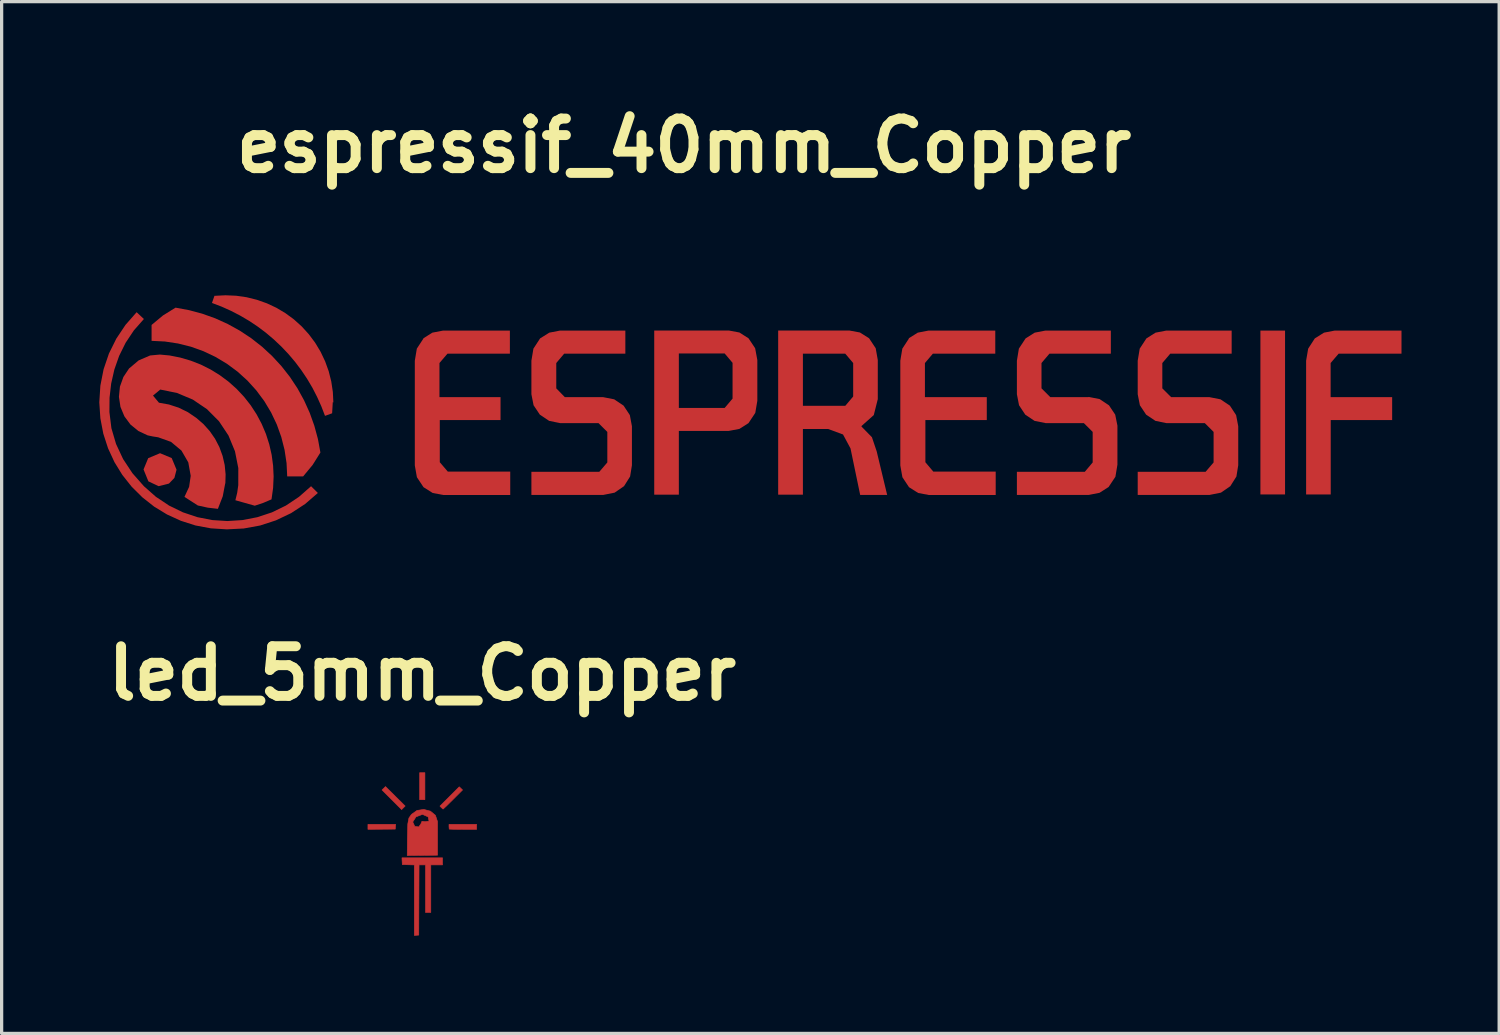
<source format=kicad_pcb>
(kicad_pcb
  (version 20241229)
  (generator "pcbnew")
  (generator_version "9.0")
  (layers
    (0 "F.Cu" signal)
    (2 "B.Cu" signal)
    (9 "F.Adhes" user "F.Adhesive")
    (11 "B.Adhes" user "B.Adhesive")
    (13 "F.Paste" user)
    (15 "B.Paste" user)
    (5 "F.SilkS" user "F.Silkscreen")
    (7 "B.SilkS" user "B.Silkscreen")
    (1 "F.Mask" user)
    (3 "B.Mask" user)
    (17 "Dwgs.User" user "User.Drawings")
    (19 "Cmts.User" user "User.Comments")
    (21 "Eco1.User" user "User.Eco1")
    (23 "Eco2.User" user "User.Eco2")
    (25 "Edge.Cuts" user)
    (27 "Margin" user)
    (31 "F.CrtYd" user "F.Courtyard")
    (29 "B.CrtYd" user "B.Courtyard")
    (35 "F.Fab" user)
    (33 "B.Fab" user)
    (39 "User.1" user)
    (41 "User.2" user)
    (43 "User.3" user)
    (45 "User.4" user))
  (footprint "led_5mm_Copper"
    (layer "F.Cu")
    (at 9.921 23.184)
    (property "Reference" "led_5mm_Copper" (at 0 -5.548 0) (layer "F.SilkS") (effects (font (size 1.524 1.524) (thickness 0.305))))
    (attr exclude_from_pos_files exclude_from_bom)
    (fp_poly (pts (xy -1.669 -0.836) (xy -1.669 -0.912) (xy -1.244 -0.912) (xy -0.819 -0.912) (xy -0.824 -0.839) (xy -0.83 -0.766) (xy -1.249 -0.763) (xy -1.669 -0.759) (xy -1.669 -0.836)) (stroke (width 0.018) (type solid)) (fill yes) (layer "F.Cu"))
    (fp_poly (pts (xy -0.936 -1.668) (xy -1.237 -1.969) (xy -1.183 -2.021) (xy -1.129 -2.073) (xy -0.828 -1.774) (xy -0.526 -1.475) (xy -0.581 -1.42) (xy -0.635 -1.366) (xy -0.936 -1.668)) (stroke (width 0.018) (type solid)) (fill yes) (layer "F.Cu"))
    (fp_poly (pts (xy -0.081 -2.085) (xy -0.081 -2.5) (xy 0.000001 -2.5) (xy 0.081 -2.5) (xy 0.081 -2.085) (xy 0.081 -1.67) (xy 0.000001 -1.67) (xy -0.081 -1.67) (xy -0.081 -2.085)) (stroke (width 0.018) (type solid)) (fill yes) (layer "F.Cu"))
    (fp_poly (pts (xy 0.586 -1.427) (xy 0.543 -1.473) (xy 0.839 -1.769) (xy 1.136 -2.066) (xy 1.186 -2.018) (xy 1.237 -1.969) (xy 0.943 -1.675) (xy 0.733 -1.468) (xy 0.639 -1.381) (xy 0.586 -1.427)) (stroke (width 0.018) (type solid)) (fill yes) (layer "F.Cu"))
    (fp_poly (pts (xy 0.828 -0.766) (xy 0.821 -0.843) (xy 0.821 -0.912) (xy 1.245 -0.912) (xy 1.669 -0.912) (xy 1.669 -0.836) (xy 1.669 -0.759) (xy 1.252 -0.759) (xy 0.956 -0.761) (xy 0.828 -0.766) (xy 0.828 -0.766)) (stroke (width 0.018) (type solid)) (fill yes) (layer "F.Cu"))
    (fp_poly (pts (xy -0.244 1.417) (xy -0.244 0.334) (xy -0.429 0.329) (xy -0.613 0.324) (xy -0.619 0.22) (xy -0.624 0.116) (xy -0.001 0.116) (xy 0.622 0.116) (xy 0.622 0.224) (xy 0.622 0.333) (xy 0.442 0.333) (xy 0.262 0.333) (xy 0.262 1.063) (xy 0.262 1.794) (xy 0.18 1.794) (xy 0.099 1.794) (xy 0.099 1.063) (xy 0.099 0.333) (xy 0.000136 0.333) (xy -0.099 0.333) (xy -0.104 1.411) (xy -0.108 2.489) (xy -0.176 2.494) (xy -0.244 2.5) (xy -0.244 1.417)) (stroke (width 0.018) (type solid)) (fill yes) (layer "F.Cu"))
    (fp_poly (pts (xy -0.457 -0.501) (xy -0.108 -0.834) (xy -0.043 -0.926) (xy -0.009 -1.007) (xy 0.087 -0.995) (xy 0.208 -1.012) (xy 0.179 -1.143) (xy 0.006 -1.219) (xy -0.192 -1.143) (xy -0.293 -0.986) (xy -0.23 -0.85) (xy -0.108 -0.834) (xy -0.457 -0.501) (xy -0.445 -0.925) (xy -0.41 -1.107) (xy -0.332 -1.218) (xy -0.161 -1.34) (xy 0.046 -1.371) (xy 0.249 -1.318) (xy 0.404 -1.19) (xy 0.469 -0.996) (xy 0.469 -0.481) (xy 0.469 0.035) (xy 0.004 0.04) (xy -0.462 0.045) (xy -0.457 -0.501)) (stroke (width 0.018) (type solid)) (fill yes) (layer "F.Cu")))
  (footprint "espressif_40mm_Copper"
    (layer "F.Cu")
    (at 17.961 10.872)
    (property "Reference" "espressif_40mm_Copper" (at 0 -9.446 0) (layer "F.SilkS") (effects (font (size 1.524 1.524) (thickness 0.305))))
    (attr exclude_from_pos_files exclude_from_bom)
    (fp_poly (pts (xy 17.705 -3.767) (xy 18.462 -3.767) (xy 18.462 1.266) (xy 17.705 1.266) (xy 17.705 -3.767)) (stroke (width 0) (type solid)) (fill yes) (layer "F.Cu"))
    (fp_poly (pts (xy -15.588 0.506) (xy -15.654 0.758) (xy -15.821 0.932) (xy -16.138 1.012) (xy -16.453 0.864) (xy -16.602 0.498) (xy -16.459 0.152) (xy -16.095 -0.001) (xy -15.737 0.148) (xy -15.588 0.506)) (stroke (width 0) (type solid)) (fill yes) (layer "F.Cu"))
    (fp_poly (pts (xy 20.122 -3.058) (xy 22.039 -3.058) (xy 22.039 -3.767) (xy 19.985 -3.767) (xy 19.658 -3.704) (xy 19.376 -3.527) (xy 19.172 -3.212) (xy 19.109 -2.842) (xy 19.109 1.266) (xy 19.865 1.266) (xy 19.865 -1.018) (xy 21.752 -1.018) (xy 21.752 -1.723) (xy 19.862 -1.723) (xy 19.862 -2.771) (xy 20.108 -3.058) (xy 20.122 -3.058)) (stroke (width 0) (type solid)) (fill yes) (layer "F.Cu"))
    (fp_poly (pts (xy -8.002 -3.527) (xy -8.207 -3.213) (xy -8.269 -2.842) (xy -8.269 0.376) (xy -8.205 0.737) (xy -8.002 1.043) (xy -7.72 1.221) (xy -7.392 1.283) (xy -5.338 1.283) (xy -5.338 0.564) (xy -7.256 0.564) (xy -7.502 0.276) (xy -7.502 -1.018) (xy -5.636 -1.018) (xy -5.636 -1.723) (xy -7.512 -1.723) (xy -7.512 -2.771) (xy -7.266 -3.058) (xy -5.349 -3.058) (xy -5.349 -3.767) (xy -7.403 -3.767) (xy -7.73 -3.704) (xy -8.012 -3.527) (xy -8.002 -3.527)) (stroke (width 0) (type solid)) (fill yes) (layer "F.Cu"))
    (fp_poly (pts (xy 1.375 -3.77) (xy 1.248 -3.065) (xy 1.491 -2.777) (xy 1.491 -1.678) (xy 1.248 -1.391) (xy 1.248 -1.391) (xy -0.159 -1.391) (xy -0.159 -3.065) (xy 1.248 -3.065) (xy 1.248 -3.065) (xy 1.375 -3.77) (xy -0.915 -3.77) (xy -0.915 1.273) (xy -0.159 1.273) (xy -0.159 -0.686) (xy 1.375 -0.686) (xy 1.701 -0.747) (xy 1.981 -0.925) (xy 2.189 -1.239) (xy 2.252 -1.61) (xy 2.252 -2.863) (xy 2.185 -3.225) (xy 1.981 -3.531) (xy 1.701 -3.709) (xy 1.375 -3.77)) (stroke (width 0) (type solid)) (fill yes) (layer "F.Cu"))
    (fp_poly (pts (xy 6.911 -3.527) (xy 6.706 -3.213) (xy 6.644 -2.842) (xy 6.644 0.376) (xy 6.708 0.737) (xy 6.911 1.043) (xy 7.193 1.221) (xy 7.52 1.283) (xy 9.574 1.283) (xy 9.574 0.564) (xy 7.657 0.564) (xy 7.414 0.276) (xy 7.414 -1.018) (xy 9.3 -1.018) (xy 9.3 -1.723) (xy 7.4 -1.723) (xy 7.4 -2.771) (xy 7.644 -3.058) (xy 7.643 -3.058) (xy 9.561 -3.058) (xy 9.561 -3.767) (xy 7.507 -3.767) (xy 7.18 -3.704) (xy 6.897 -3.527) (xy 6.911 -3.527)) (stroke (width 0) (type solid)) (fill yes) (layer "F.Cu"))
    (fp_poly (pts (xy 5.452 -0.836) (xy 4.953 -1.456) (xy 3.652 -1.456) (xy 3.652 -3.058) (xy 4.953 -3.058) (xy 4.953 -3.058) (xy 5.196 -2.771) (xy 5.196 -1.743) (xy 4.953 -1.456) (xy 4.953 -1.456) (xy 5.452 -0.836) (xy 5.829 -1.172) (xy 5.952 -1.661) (xy 5.952 -2.863) (xy 5.888 -3.225) (xy 5.685 -3.531) (xy 5.403 -3.709) (xy 5.076 -3.77) (xy 2.892 -3.77) (xy 2.892 1.273) (xy 3.652 1.273) (xy 3.652 -0.744) (xy 4.429 -0.744) (xy 4.884 -0.576) (xy 5.114 -0.148) (xy 5.411 1.28) (xy 6.24 1.28) (xy 5.918 -0.059) (xy 5.772 -0.492) (xy 5.452 -0.819) (xy 5.452 -0.836)) (stroke (width 0) (type solid)) (fill yes) (layer "F.Cu"))
    (fp_poly (pts (xy -2.487 -1.723) (xy -3.661 -1.723) (xy -3.661 -1.723) (xy -3.924 -1.993) (xy -3.924 -2.771) (xy -3.681 -3.058) (xy -1.802 -3.058) (xy -1.802 -3.767) (xy -3.811 -3.767) (xy -4.138 -3.704) (xy -4.421 -3.527) (xy -4.626 -3.213) (xy -4.688 -2.842) (xy -4.688 -1.812) (xy -4.621 -1.473) (xy -4.429 -1.186) (xy -4.143 -0.994) (xy -3.805 -0.925) (xy -2.627 -0.925) (xy -2.356 -0.655) (xy -2.356 0.283) (xy -2.603 0.571) (xy -4.688 0.571) (xy -4.688 1.28) (xy -2.476 1.28) (xy -2.132 1.211) (xy -1.843 1.012) (xy -1.656 0.715) (xy -1.6 0.369) (xy -1.6 -0.829) (xy -1.664 -1.171) (xy -1.856 -1.462) (xy -2.145 -1.656) (xy -2.487 -1.723)) (stroke (width 0) (type solid)) (fill yes) (layer "F.Cu"))
    (fp_poly (pts (xy -10.771 -1.559) (xy -10.787 -1.883) (xy -10.835 -2.203) (xy -10.914 -2.518) (xy -11.024 -2.823) (xy -11.163 -3.116) (xy -11.33 -3.394) (xy -11.524 -3.654) (xy -11.742 -3.894) (xy -11.983 -4.111) (xy -12.244 -4.303) (xy -12.523 -4.469) (xy -12.816 -4.606) (xy -13.122 -4.714) (xy -13.437 -4.792) (xy -13.758 -4.838) (xy -14.082 -4.852) (xy -14.424 -4.835) (xy -14.5 -4.616) (xy -14.203 -4.503) (xy -13.914 -4.373) (xy -13.632 -4.227) (xy -13.359 -4.066) (xy -13.095 -3.89) (xy -12.842 -3.7) (xy -12.6 -3.495) (xy -12.369 -3.277) (xy -12.151 -3.047) (xy -11.946 -2.805) (xy -11.755 -2.551) (xy -11.579 -2.288) (xy -11.417 -2.015) (xy -11.272 -1.733) (xy -11.142 -1.444) (xy -11.028 -1.148) (xy -10.809 -1.227) (xy -10.789 -1.569) (xy -10.771 -1.559)) (stroke (width 0) (type solid)) (fill yes) (layer "F.Cu"))
    (fp_poly (pts (xy 12.426 -1.723) (xy 11.252 -1.723) (xy 10.981 -1.993) (xy 10.981 -2.771) (xy 11.224 -3.058) (xy 11.224 -3.058) (xy 13.111 -3.058) (xy 13.111 -3.767) (xy 11.098 -3.767) (xy 10.772 -3.704) (xy 10.492 -3.527) (xy 10.286 -3.213) (xy 10.225 -2.842) (xy 10.225 -1.812) (xy 10.291 -1.473) (xy 10.482 -1.185) (xy 10.769 -0.993) (xy 11.108 -0.925) (xy 12.282 -0.925) (xy 12.282 -0.925) (xy 12.553 -0.655) (xy 12.553 -0.655) (xy 12.553 0.283) (xy 12.553 0.283) (xy 12.31 0.571) (xy 10.225 0.571) (xy 10.225 1.28) (xy 12.436 1.28) (xy 12.762 1.216) (xy 13.042 1.037) (xy 13.251 0.723) (xy 13.313 0.352) (xy 13.313 -0.846) (xy 13.245 -1.185) (xy 13.053 -1.472) (xy 12.765 -1.664) (xy 12.426 -1.73) (xy 12.426 -1.723)) (stroke (width 0) (type solid)) (fill yes) (layer "F.Cu"))
    (fp_poly (pts (xy -11.169 -0.021) (xy -11.245 -0.436) (xy -11.355 -0.843) (xy -11.497 -1.24) (xy -11.671 -1.625) (xy -11.874 -1.994) (xy -12.107 -2.346) (xy -12.367 -2.677) (xy -12.653 -2.987) (xy -12.963 -3.273) (xy -13.295 -3.534) (xy -13.647 -3.766) (xy -14.016 -3.97) (xy -14.4 -4.144) (xy -14.797 -4.286) (xy -15.204 -4.395) (xy -15.619 -4.472) (xy -16.005 -4.232) (xy -16.355 -3.941) (xy -16.355 -3.452) (xy -15.947 -3.432) (xy -15.543 -3.371) (xy -15.147 -3.272) (xy -14.762 -3.134) (xy -14.393 -2.959) (xy -14.042 -2.749) (xy -13.714 -2.506) (xy -13.411 -2.232) (xy -13.137 -1.929) (xy -12.893 -1.601) (xy -12.683 -1.251) (xy -12.508 -0.882) (xy -12.37 -0.497) (xy -12.27 -0.101) (xy -12.209 0.303) (xy -12.189 0.711) (xy -11.699 0.711) (xy -11.41 0.362) (xy -11.169 -0.021)) (stroke (width 0) (type solid)) (fill yes) (layer "F.Cu"))
    (fp_poly (pts (xy 16.137 -1.723) (xy 14.963 -1.723) (xy 14.963 -1.723) (xy 14.692 -1.993) (xy 14.692 -1.993) (xy 14.692 -2.771) (xy 14.692 -2.771) (xy 14.936 -3.058) (xy 16.822 -3.058) (xy 16.822 -3.767) (xy 14.812 -3.767) (xy 14.485 -3.704) (xy 14.203 -3.527) (xy 13.998 -3.213) (xy 13.936 -2.842) (xy 13.936 -1.812) (xy 14.003 -1.473) (xy 14.194 -1.186) (xy 14.481 -0.994) (xy 14.819 -0.925) (xy 15.997 -0.925) (xy 15.997 -0.925) (xy 16.267 -0.655) (xy 16.267 -0.655) (xy 16.267 0.283) (xy 16.267 0.283) (xy 16.021 0.571) (xy 16.021 0.571) (xy 13.936 0.571) (xy 13.936 1.28) (xy 16.147 1.28) (xy 16.492 1.211) (xy 16.781 1.012) (xy 16.968 0.715) (xy 17.024 0.369) (xy 17.024 -0.829) (xy 16.959 -1.171) (xy 16.768 -1.462) (xy 16.479 -1.656) (xy 16.137 -1.723)) (stroke (width 0) (type solid)) (fill yes) (layer "F.Cu"))
    (fp_poly (pts (xy -14.044 2.338) (xy -14.534 2.307) (xy -15.006 2.219) (xy -15.456 2.075) (xy -15.881 1.881) (xy -16.276 1.64) (xy -16.639 1.354) (xy -16.966 1.029) (xy -17.253 0.667) (xy -17.496 0.272) (xy -17.692 -0.151) (xy -17.838 -0.601) (xy -17.928 -1.072) (xy -17.961 -1.562) (xy -17.928 -2.077) (xy -17.829 -2.579) (xy -17.665 -3.062) (xy -17.439 -3.519) (xy -17.155 -3.944) (xy -16.814 -4.332) (xy -16.591 -4.123) (xy -16.9 -3.772) (xy -17.152 -3.393) (xy -17.351 -2.991) (xy -17.498 -2.572) (xy -17.596 -2.141) (xy -17.646 -1.705) (xy -17.65 -1.268) (xy -17.589 -0.77) (xy -17.447 -0.286) (xy -17.231 0.177) (xy -16.944 0.612) (xy -16.591 1.013) (xy -16.221 1.339) (xy -15.819 1.607) (xy -15.392 1.815) (xy -14.947 1.964) (xy -14.49 2.053) (xy -14.026 2.083) (xy -13.562 2.053) (xy -13.103 1.964) (xy -12.657 1.816) (xy -12.23 1.608) (xy -11.828 1.34) (xy -11.456 1.013) (xy -11.247 1.221) (xy -11.64 1.56) (xy -12.071 1.841) (xy -12.533 2.061) (xy -13.02 2.22) (xy -13.526 2.312) (xy -14.044 2.338)) (stroke (width 0) (type solid)) (fill yes) (layer "F.Cu"))
    (fp_poly (pts (xy -14.089 0.937) (xy -14.081 0.649) (xy -14.109 0.362) (xy -14.174 0.081) (xy -14.273 -0.19) (xy -14.406 -0.446) (xy -14.571 -0.683) (xy -14.764 -0.898) (xy -14.982 -1.086) (xy -15.241 -1.262) (xy -15.523 -1.4) (xy -15.821 -1.497) (xy -16.129 -1.552) (xy -16.311 -1.771) (xy -16.088 -1.956) (xy -15.574 -1.851) (xy -15.089 -1.648) (xy -14.654 -1.354) (xy -14.284 -0.982) (xy -13.993 -0.544) (xy -13.793 -0.059) (xy -13.691 0.457) (xy -13.692 0.982) (xy -13.725 1.215) (xy -13.781 1.444) (xy -13.185 1.612) (xy -12.924 1.525) (xy -12.671 1.417) (xy -12.622 1.067) (xy -12.606 0.715) (xy -12.622 0.382) (xy -12.666 0.051) (xy -12.74 -0.274) (xy -12.842 -0.592) (xy -12.972 -0.899) (xy -13.128 -1.193) (xy -13.31 -1.473) (xy -13.516 -1.735) (xy -13.744 -1.978) (xy -13.993 -2.2) (xy -14.261 -2.399) (xy -14.545 -2.574) (xy -14.843 -2.723) (xy -15.153 -2.844) (xy -15.473 -2.938) (xy -15.801 -3.003) (xy -16.1 -3.031) (xy -16.4 -3.003) (xy -16.753 -2.851) (xy -17.047 -2.603) (xy -17.221 -2.342) (xy -17.327 -2.046) (xy -17.358 -1.733) (xy -17.311 -1.423) (xy -17.19 -1.133) (xy -17.003 -0.881) (xy -16.759 -0.682) (xy -16.475 -0.549) (xy -16.315 -0.515) (xy -16.153 -0.49) (xy -15.759 -0.349) (xy -15.437 -0.081) (xy -15.227 0.282) (xy -15.153 0.694) (xy -15.202 1.032) (xy -15.345 1.341) (xy -14.934 1.605) (xy -14.629 1.672) (xy -14.318 1.708) (xy -14.169 1.324) (xy -14.092 0.92) (xy -14.089 0.937)) (stroke (width 0) (type solid)) (fill yes) (layer "F.Cu")))
  (gr_rect
    (start -3 -3)
    (end 43 28.693)
    (stroke (width 0.1) (type default))
    (fill no)
    (layer "Edge.Cuts")))
</source>
